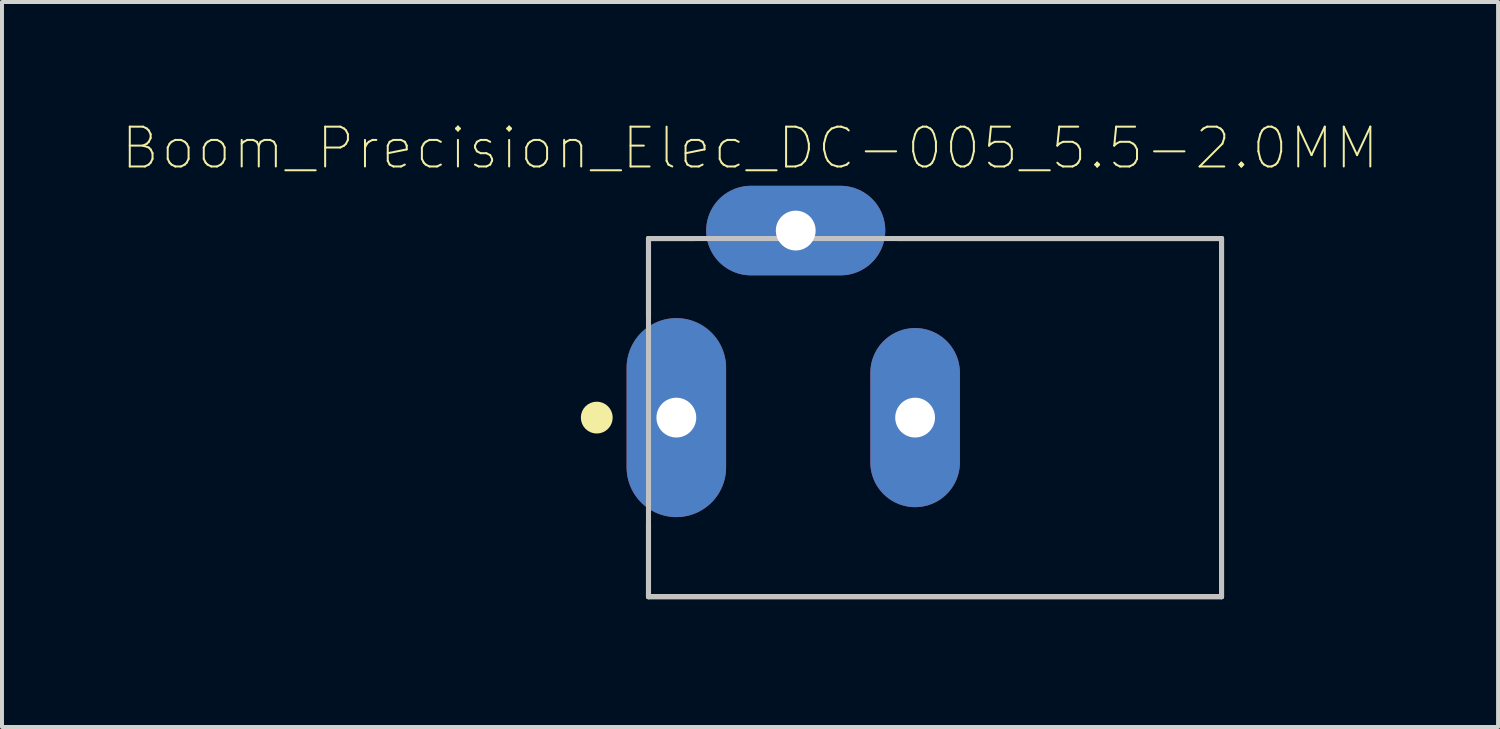
<source format=kicad_pcb>
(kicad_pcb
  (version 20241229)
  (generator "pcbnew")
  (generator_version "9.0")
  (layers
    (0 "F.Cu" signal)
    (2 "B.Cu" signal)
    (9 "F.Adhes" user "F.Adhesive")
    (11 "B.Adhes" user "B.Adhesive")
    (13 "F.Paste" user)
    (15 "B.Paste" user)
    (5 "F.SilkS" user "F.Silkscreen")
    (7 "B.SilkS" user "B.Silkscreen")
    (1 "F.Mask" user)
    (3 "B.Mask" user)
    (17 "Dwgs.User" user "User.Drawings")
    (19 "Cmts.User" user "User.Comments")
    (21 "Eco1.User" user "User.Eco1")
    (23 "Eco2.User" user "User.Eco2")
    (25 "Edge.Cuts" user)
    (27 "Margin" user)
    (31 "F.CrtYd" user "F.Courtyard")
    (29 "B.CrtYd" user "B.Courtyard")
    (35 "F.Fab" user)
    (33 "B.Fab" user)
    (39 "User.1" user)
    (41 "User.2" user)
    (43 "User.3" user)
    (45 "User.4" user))
  (footprint "Boom_Precision_Elec_DC-005_5.5-2.0MM"
    (layer "F.Cu")
    (at 13.946 7.444)
    (property "Reference" "Boom_Precision_Elec_DC-005_5.5-2.0MM" (at 1.852 -6.771 0) (layer "F.SilkS") (effects (font (size 1.001 1.001) (thickness 0.05))))
    (attr through_hole)
    (fp_line (start -0.7 -4.5) (end 0.45 -4.5) (stroke (width 0.127) (type solid)) (layer "F.SilkS"))
    (fp_line (start -0.7 -2.55) (end -0.7 -4.5) (stroke (width 0.127) (type solid)) (layer "F.SilkS"))
    (fp_line (start -0.7 4.5) (end -0.7 2.65) (stroke (width 0.127) (type solid)) (layer "F.SilkS"))
    (fp_line (start 5.55 -4.5) (end 13.7 -4.5) (stroke (width 0.127) (type solid)) (layer "F.SilkS"))
    (fp_line (start 13.7 -4.5) (end 13.7 4.5) (stroke (width 0.127) (type solid)) (layer "F.SilkS"))
    (fp_line (start 13.7 4.5) (end -0.7 4.5) (stroke (width 0.127) (type solid)) (layer "F.SilkS"))
    (fp_circle (center -2 0) (end -1.8 0) (stroke (width 0.4) (type solid)) (fill no) (layer "F.SilkS"))
    (fp_line (start -0.7 -4.5) (end 13.7 -4.5) (stroke (width 0.127) (type solid)) (layer "Dwgs.User"))
    (fp_line (start -0.7 4.5) (end -0.7 -4.5) (stroke (width 0.127) (type solid)) (layer "Dwgs.User"))
    (fp_line (start 13.7 -4.5) (end 13.7 4.5) (stroke (width 0.127) (type solid)) (layer "Dwgs.User"))
    (fp_line (start 13.7 4.5) (end -0.7 4.5) (stroke (width 0.127) (type solid)) (layer "Dwgs.User"))
    (fp_line (start -1.55 -2.25) (end -1.55 2.35) (stroke (width 0.05) (type solid)) (layer "Eco1.User"))
    (fp_line (start -1.55 2.35) (end -1 2.35) (stroke (width 0.05) (type solid)) (layer "Eco1.User"))
    (fp_line (start -1 -4.75) (end 0.45 -4.75) (stroke (width 0.05) (type solid)) (layer "Eco1.User"))
    (fp_line (start -1 -2.25) (end -1.55 -2.25) (stroke (width 0.05) (type solid)) (layer "Eco1.User"))
    (fp_line (start -1 -2.25) (end -1 -4.75) (stroke (width 0.05) (type solid)) (layer "Eco1.User"))
    (fp_line (start -1 4.75) (end -1 2.35) (stroke (width 0.05) (type solid)) (layer "Eco1.User"))
    (fp_line (start 0.45 -6.1) (end 5.55 -6.1) (stroke (width 0.05) (type solid)) (layer "Eco1.User"))
    (fp_line (start 0.45 -4.75) (end 0.45 -6.1) (stroke (width 0.05) (type solid)) (layer "Eco1.User"))
    (fp_line (start 5.55 -6.1) (end 5.55 -4.75) (stroke (width 0.05) (type solid)) (layer "Eco1.User"))
    (fp_line (start 5.55 -4.75) (end 14 -4.75) (stroke (width 0.05) (type solid)) (layer "Eco1.User"))
    (fp_line (start 14 -4.75) (end 14 4.75) (stroke (width 0.05) (type solid)) (layer "Eco1.User"))
    (fp_line (start 14 4.75) (end -1 4.75) (stroke (width 0.05) (type solid)) (layer "Eco1.User"))
    (fp_line (start -0.5 -1.75) (end 0.5 -1.75) (stroke (width 0.0001) (type solid)) (layer "Edge.Cuts"))
    (fp_line (start -0.5 1.75) (end -0.5 -1.75) (stroke (width 0.0001) (type solid)) (layer "Edge.Cuts"))
    (fp_line (start 0.5 -1.75) (end 0.5 1.75) (stroke (width 0.0001) (type solid)) (layer "Edge.Cuts"))
    (fp_line (start 0.5 1.75) (end -0.5 1.75) (stroke (width 0.0001) (type solid)) (layer "Edge.Cuts"))
    (fp_line (start 1.5 -5.2) (end 4.5 -5.2) (stroke (width 0.0001) (type solid)) (layer "Edge.Cuts"))
    (fp_line (start 1.5 -4.2) (end 1.5 -5.2) (stroke (width 0.0001) (type solid)) (layer "Edge.Cuts"))
    (fp_line (start 4.5 -5.2) (end 4.5 -4.2) (stroke (width 0.0001) (type solid)) (layer "Edge.Cuts"))
    (fp_line (start 4.5 -4.2) (end 1.5 -4.2) (stroke (width 0.0001) (type solid)) (layer "Edge.Cuts"))
    (fp_line (start 5.5 -1.5) (end 6.5 -1.5) (stroke (width 0.0001) (type solid)) (layer "Edge.Cuts"))
    (fp_line (start 5.5 1.5) (end 5.5 -1.5) (stroke (width 0.0001) (type solid)) (layer "Edge.Cuts"))
    (fp_line (start 6.5 -1.5) (end 6.5 1.5) (stroke (width 0.0001) (type solid)) (layer "Edge.Cuts"))
    (fp_line (start 6.5 1.5) (end 5.5 1.5) (stroke (width 0.0001) (type solid)) (layer "Edge.Cuts"))
    (pad "1" thru_hole oval (at 0 0 90) (size 5 2.5) (drill 1) (layers "*.Cu" "*.Mask"))
    (pad "2" thru_hole oval (at 6 0 90) (size 4.5 2.25) (drill 1) (layers "*.Cu" "*.Mask"))
    (pad "3" thru_hole oval (at 3 -4.7 180) (size 4.5 2.25) (drill 1) (layers "*.Cu" "*.Mask")))
  (gr_rect
    (start -3 -3)
    (end 34.595 15.219)
    (stroke (width 0.1) (type default))
    (fill no)
    (layer "Edge.Cuts")))
</source>
